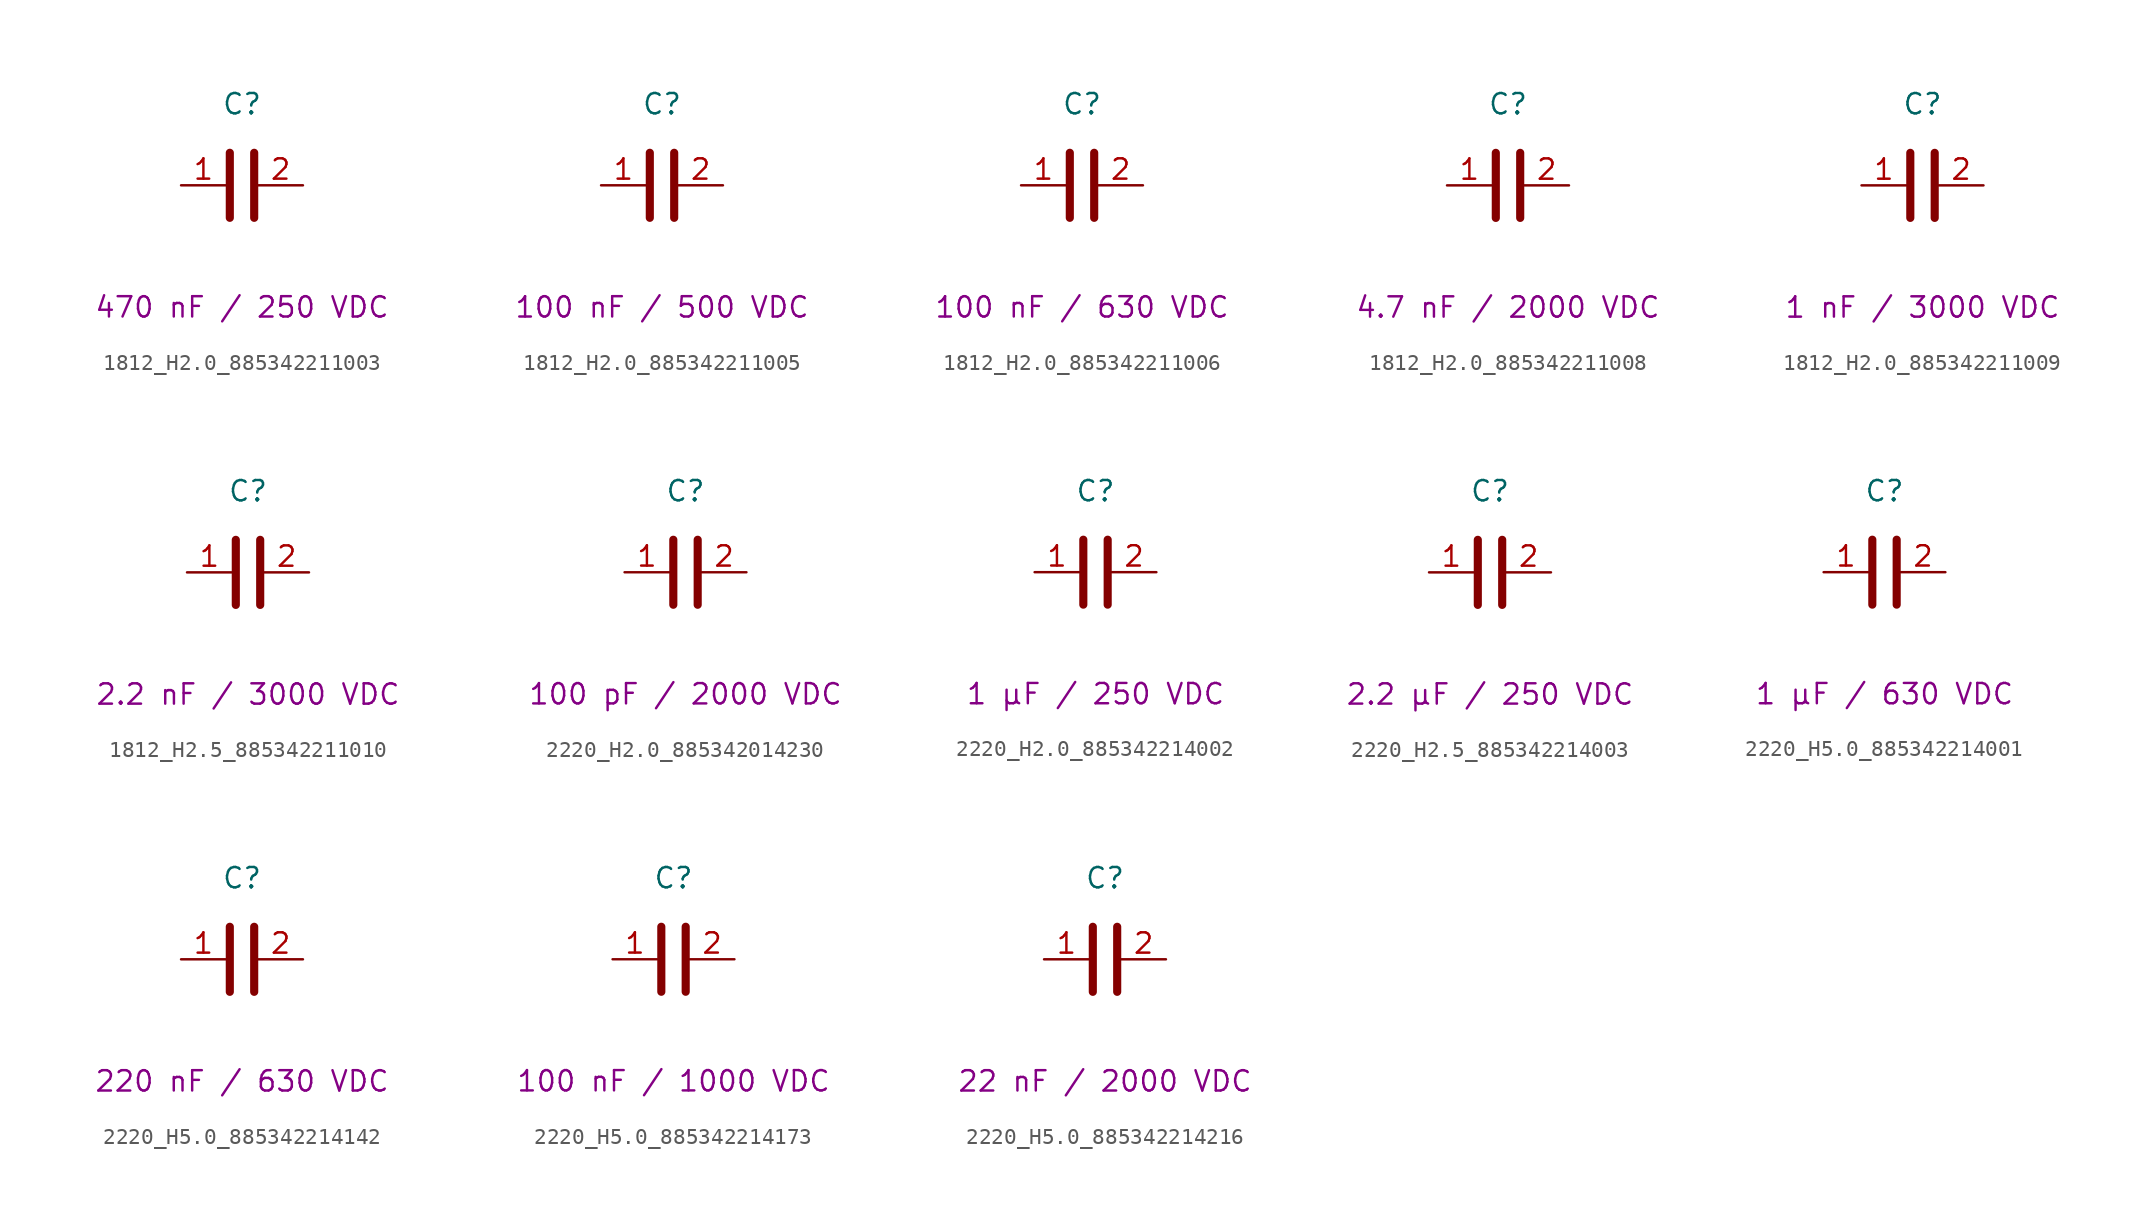
<source format=kicad_sym>
(kicad_symbol_lib
  (version 20220914)
  (generator kicad_symbol_editor)
  (symbol "1812_H2.0_885342211003"
    (pin_names hide)
    (property "Reference" "C"
      (at 0 5.08 0)
      (effects (font (size 1.27 1.27))))
    (property "Critical Parameter" "470 nF / 250 VDC"
      (at 0 -7.62 0)
      (effects (font (size 1.27 1.27))))
    (symbol "1812_H2.0_885342211003_0_1"
      (polyline (pts (xy -0.762 -2.032) (xy -0.762 2.032)) (stroke (width 0.508) (type default)) (fill (type none)))
      (polyline (pts (xy 0.762 -2.032) (xy 0.762 2.032)) (stroke (width 0.508) (type default)) (fill (type none))))
    (symbol "1812_H2.0_885342211003_1_1"
      (pin passive line (at -3.81 0 0) (length 2.794) (name "1" (effects (font (size 1.27 1.27)))) (number "1" (effects (font (size 1.27 1.27)))))
      (pin passive line (at 3.81 0 180) (length 2.794) (name "2" (effects (font (size 1.27 1.27)))) (number "2" (effects (font (size 1.27 1.27)))))))
  (symbol "1812_H2.0_885342211005"
    (pin_names hide)
    (property "Reference" "C"
      (at 0 5.08 0)
      (effects (font (size 1.27 1.27))))
    (property "Critical Parameter" "100 nF / 500 VDC"
      (at 0 -7.62 0)
      (effects (font (size 1.27 1.27))))
    (symbol "1812_H2.0_885342211005_0_1"
      (polyline (pts (xy -0.762 -2.032) (xy -0.762 2.032)) (stroke (width 0.508) (type default)) (fill (type none)))
      (polyline (pts (xy 0.762 -2.032) (xy 0.762 2.032)) (stroke (width 0.508) (type default)) (fill (type none))))
    (symbol "1812_H2.0_885342211005_1_1"
      (pin passive line (at -3.81 0 0) (length 2.794) (name "1" (effects (font (size 1.27 1.27)))) (number "1" (effects (font (size 1.27 1.27)))))
      (pin passive line (at 3.81 0 180) (length 2.794) (name "2" (effects (font (size 1.27 1.27)))) (number "2" (effects (font (size 1.27 1.27)))))))
  (symbol "1812_H2.0_885342211006"
    (pin_names hide)
    (property "Reference" "C"
      (at 0 5.08 0)
      (effects (font (size 1.27 1.27))))
    (property "Critical Parameter" "100 nF / 630 VDC"
      (at 0 -7.62 0)
      (effects (font (size 1.27 1.27))))
    (symbol "1812_H2.0_885342211006_0_1"
      (polyline (pts (xy -0.762 -2.032) (xy -0.762 2.032)) (stroke (width 0.508) (type default)) (fill (type none)))
      (polyline (pts (xy 0.762 -2.032) (xy 0.762 2.032)) (stroke (width 0.508) (type default)) (fill (type none))))
    (symbol "1812_H2.0_885342211006_1_1"
      (pin passive line (at -3.81 0 0) (length 2.794) (name "1" (effects (font (size 1.27 1.27)))) (number "1" (effects (font (size 1.27 1.27)))))
      (pin passive line (at 3.81 0 180) (length 2.794) (name "2" (effects (font (size 1.27 1.27)))) (number "2" (effects (font (size 1.27 1.27)))))))
  (symbol "1812_H2.0_885342211008"
    (pin_names hide)
    (property "Reference" "C"
      (at 0 5.08 0)
      (effects (font (size 1.27 1.27))))
    (property "Critical Parameter" "4.7 nF / 2000 VDC"
      (at 0 -7.62 0)
      (effects (font (size 1.27 1.27))))
    (symbol "1812_H2.0_885342211008_0_1"
      (polyline (pts (xy -0.762 -2.032) (xy -0.762 2.032)) (stroke (width 0.508) (type default)) (fill (type none)))
      (polyline (pts (xy 0.762 -2.032) (xy 0.762 2.032)) (stroke (width 0.508) (type default)) (fill (type none))))
    (symbol "1812_H2.0_885342211008_1_1"
      (pin passive line (at -3.81 0 0) (length 2.794) (name "1" (effects (font (size 1.27 1.27)))) (number "1" (effects (font (size 1.27 1.27)))))
      (pin passive line (at 3.81 0 180) (length 2.794) (name "2" (effects (font (size 1.27 1.27)))) (number "2" (effects (font (size 1.27 1.27)))))))
  (symbol "1812_H2.0_885342211009"
    (pin_names hide)
    (property "Reference" "C"
      (at 0 5.08 0)
      (effects (font (size 1.27 1.27))))
    (property "Critical Parameter" "1 nF / 3000 VDC"
      (at 0 -7.62 0)
      (effects (font (size 1.27 1.27))))
    (symbol "1812_H2.0_885342211009_0_1"
      (polyline (pts (xy -0.762 -2.032) (xy -0.762 2.032)) (stroke (width 0.508) (type default)) (fill (type none)))
      (polyline (pts (xy 0.762 -2.032) (xy 0.762 2.032)) (stroke (width 0.508) (type default)) (fill (type none))))
    (symbol "1812_H2.0_885342211009_1_1"
      (pin passive line (at -3.81 0 0) (length 2.794) (name "1" (effects (font (size 1.27 1.27)))) (number "1" (effects (font (size 1.27 1.27)))))
      (pin passive line (at 3.81 0 180) (length 2.794) (name "2" (effects (font (size 1.27 1.27)))) (number "2" (effects (font (size 1.27 1.27)))))))
  (symbol "1812_H2.5_885342211010"
    (pin_names hide)
    (property "Reference" "C"
      (at 0 5.08 0)
      (effects (font (size 1.27 1.27))))
    (property "Critical Parameter" "2.2 nF / 3000 VDC"
      (at 0 -7.62 0)
      (effects (font (size 1.27 1.27))))
    (symbol "1812_H2.5_885342211010_0_1"
      (polyline (pts (xy -0.762 -2.032) (xy -0.762 2.032)) (stroke (width 0.508) (type default)) (fill (type none)))
      (polyline (pts (xy 0.762 -2.032) (xy 0.762 2.032)) (stroke (width 0.508) (type default)) (fill (type none))))
    (symbol "1812_H2.5_885342211010_1_1"
      (pin passive line (at -3.81 0 0) (length 2.794) (name "1" (effects (font (size 1.27 1.27)))) (number "1" (effects (font (size 1.27 1.27)))))
      (pin passive line (at 3.81 0 180) (length 2.794) (name "2" (effects (font (size 1.27 1.27)))) (number "2" (effects (font (size 1.27 1.27)))))))
  (symbol "2220_H2.0_885342014230"
    (pin_names hide)
    (property "Reference" "C"
      (at 0 5.08 0)
      (effects (font (size 1.27 1.27))))
    (property "Critical Parameter" "100 pF / 2000 VDC"
      (at 0 -7.62 0)
      (effects (font (size 1.27 1.27))))
    (symbol "2220_H2.0_885342014230_0_1"
      (polyline (pts (xy -0.762 -2.032) (xy -0.762 2.032)) (stroke (width 0.508) (type default)) (fill (type none)))
      (polyline (pts (xy 0.762 -2.032) (xy 0.762 2.032)) (stroke (width 0.508) (type default)) (fill (type none))))
    (symbol "2220_H2.0_885342014230_1_1"
      (pin passive line (at -3.81 0 0) (length 2.794) (name "1" (effects (font (size 1.27 1.27)))) (number "1" (effects (font (size 1.27 1.27)))))
      (pin passive line (at 3.81 0 180) (length 2.794) (name "2" (effects (font (size 1.27 1.27)))) (number "2" (effects (font (size 1.27 1.27)))))))
  (symbol "2220_H2.0_885342214002"
    (pin_names hide)
    (property "Reference" "C"
      (at 0 5.08 0)
      (effects (font (size 1.27 1.27))))
    (property "Critical Parameter" "1 µF / 250 VDC"
      (at 0 -7.62 0)
      (effects (font (size 1.27 1.27))))
    (symbol "2220_H2.0_885342214002_0_1"
      (polyline (pts (xy -0.762 -2.032) (xy -0.762 2.032)) (stroke (width 0.508) (type default)) (fill (type none)))
      (polyline (pts (xy 0.762 -2.032) (xy 0.762 2.032)) (stroke (width 0.508) (type default)) (fill (type none))))
    (symbol "2220_H2.0_885342214002_1_1"
      (pin passive line (at -3.81 0 0) (length 2.794) (name "1" (effects (font (size 1.27 1.27)))) (number "1" (effects (font (size 1.27 1.27)))))
      (pin passive line (at 3.81 0 180) (length 2.794) (name "2" (effects (font (size 1.27 1.27)))) (number "2" (effects (font (size 1.27 1.27)))))))
  (symbol "2220_H2.5_885342214003"
    (pin_names hide)
    (property "Reference" "C"
      (at 0 5.08 0)
      (effects (font (size 1.27 1.27))))
    (property "Critical Parameter" "2.2 µF / 250 VDC"
      (at 0 -7.62 0)
      (effects (font (size 1.27 1.27))))
    (symbol "2220_H2.5_885342214003_0_1"
      (polyline (pts (xy -0.762 -2.032) (xy -0.762 2.032)) (stroke (width 0.508) (type default)) (fill (type none)))
      (polyline (pts (xy 0.762 -2.032) (xy 0.762 2.032)) (stroke (width 0.508) (type default)) (fill (type none))))
    (symbol "2220_H2.5_885342214003_1_1"
      (pin passive line (at -3.81 0 0) (length 2.794) (name "1" (effects (font (size 1.27 1.27)))) (number "1" (effects (font (size 1.27 1.27)))))
      (pin passive line (at 3.81 0 180) (length 2.794) (name "2" (effects (font (size 1.27 1.27)))) (number "2" (effects (font (size 1.27 1.27)))))))
  (symbol "2220_H5.0_885342214001"
    (pin_names hide)
    (property "Reference" "C"
      (at 0 5.08 0)
      (effects (font (size 1.27 1.27))))
    (property "Critical Parameter" "1 µF / 630 VDC"
      (at 0 -7.62 0)
      (effects (font (size 1.27 1.27))))
    (symbol "2220_H5.0_885342214001_0_1"
      (polyline (pts (xy -0.762 -2.032) (xy -0.762 2.032)) (stroke (width 0.508) (type default)) (fill (type none)))
      (polyline (pts (xy 0.762 -2.032) (xy 0.762 2.032)) (stroke (width 0.508) (type default)) (fill (type none))))
    (symbol "2220_H5.0_885342214001_1_1"
      (pin passive line (at -3.81 0 0) (length 2.794) (name "1" (effects (font (size 1.27 1.27)))) (number "1" (effects (font (size 1.27 1.27)))))
      (pin passive line (at 3.81 0 180) (length 2.794) (name "2" (effects (font (size 1.27 1.27)))) (number "2" (effects (font (size 1.27 1.27)))))))
  (symbol "2220_H5.0_885342214142"
    (pin_names hide)
    (property "Reference" "C"
      (at 0 5.08 0)
      (effects (font (size 1.27 1.27))))
    (property "Critical Parameter" "220 nF / 630 VDC"
      (at 0 -7.62 0)
      (effects (font (size 1.27 1.27))))
    (symbol "2220_H5.0_885342214142_0_1"
      (polyline (pts (xy -0.762 -2.032) (xy -0.762 2.032)) (stroke (width 0.508) (type default)) (fill (type none)))
      (polyline (pts (xy 0.762 -2.032) (xy 0.762 2.032)) (stroke (width 0.508) (type default)) (fill (type none))))
    (symbol "2220_H5.0_885342214142_1_1"
      (pin passive line (at -3.81 0 0) (length 2.794) (name "1" (effects (font (size 1.27 1.27)))) (number "1" (effects (font (size 1.27 1.27)))))
      (pin passive line (at 3.81 0 180) (length 2.794) (name "2" (effects (font (size 1.27 1.27)))) (number "2" (effects (font (size 1.27 1.27)))))))
  (symbol "2220_H5.0_885342214173"
    (pin_names hide)
    (property "Reference" "C"
      (at 0 5.08 0)
      (effects (font (size 1.27 1.27))))
    (property "Critical Parameter" "100 nF / 1000 VDC"
      (at 0 -7.62 0)
      (effects (font (size 1.27 1.27))))
    (symbol "2220_H5.0_885342214173_0_1"
      (polyline (pts (xy -0.762 -2.032) (xy -0.762 2.032)) (stroke (width 0.508) (type default)) (fill (type none)))
      (polyline (pts (xy 0.762 -2.032) (xy 0.762 2.032)) (stroke (width 0.508) (type default)) (fill (type none))))
    (symbol "2220_H5.0_885342214173_1_1"
      (pin passive line (at -3.81 0 0) (length 2.794) (name "1" (effects (font (size 1.27 1.27)))) (number "1" (effects (font (size 1.27 1.27)))))
      (pin passive line (at 3.81 0 180) (length 2.794) (name "2" (effects (font (size 1.27 1.27)))) (number "2" (effects (font (size 1.27 1.27)))))))
  (symbol "2220_H5.0_885342214216"
    (pin_names hide)
    (property "Reference" "C"
      (at 0 5.08 0)
      (effects (font (size 1.27 1.27))))
    (property "Critical Parameter" "22 nF / 2000 VDC"
      (at 0 -7.62 0)
      (effects (font (size 1.27 1.27))))
    (symbol "2220_H5.0_885342214216_0_1"
      (polyline (pts (xy -0.762 -2.032) (xy -0.762 2.032)) (stroke (width 0.508) (type default)) (fill (type none)))
      (polyline (pts (xy 0.762 -2.032) (xy 0.762 2.032)) (stroke (width 0.508) (type default)) (fill (type none))))
    (symbol "2220_H5.0_885342214216_1_1"
      (pin passive line (at -3.81 0 0) (length 2.794) (name "1" (effects (font (size 1.27 1.27)))) (number "1" (effects (font (size 1.27 1.27)))))
      (pin passive line (at 3.81 0 180) (length 2.794) (name "2" (effects (font (size 1.27 1.27)))) (number "2" (effects (font (size 1.27 1.27))))))))
</source>
